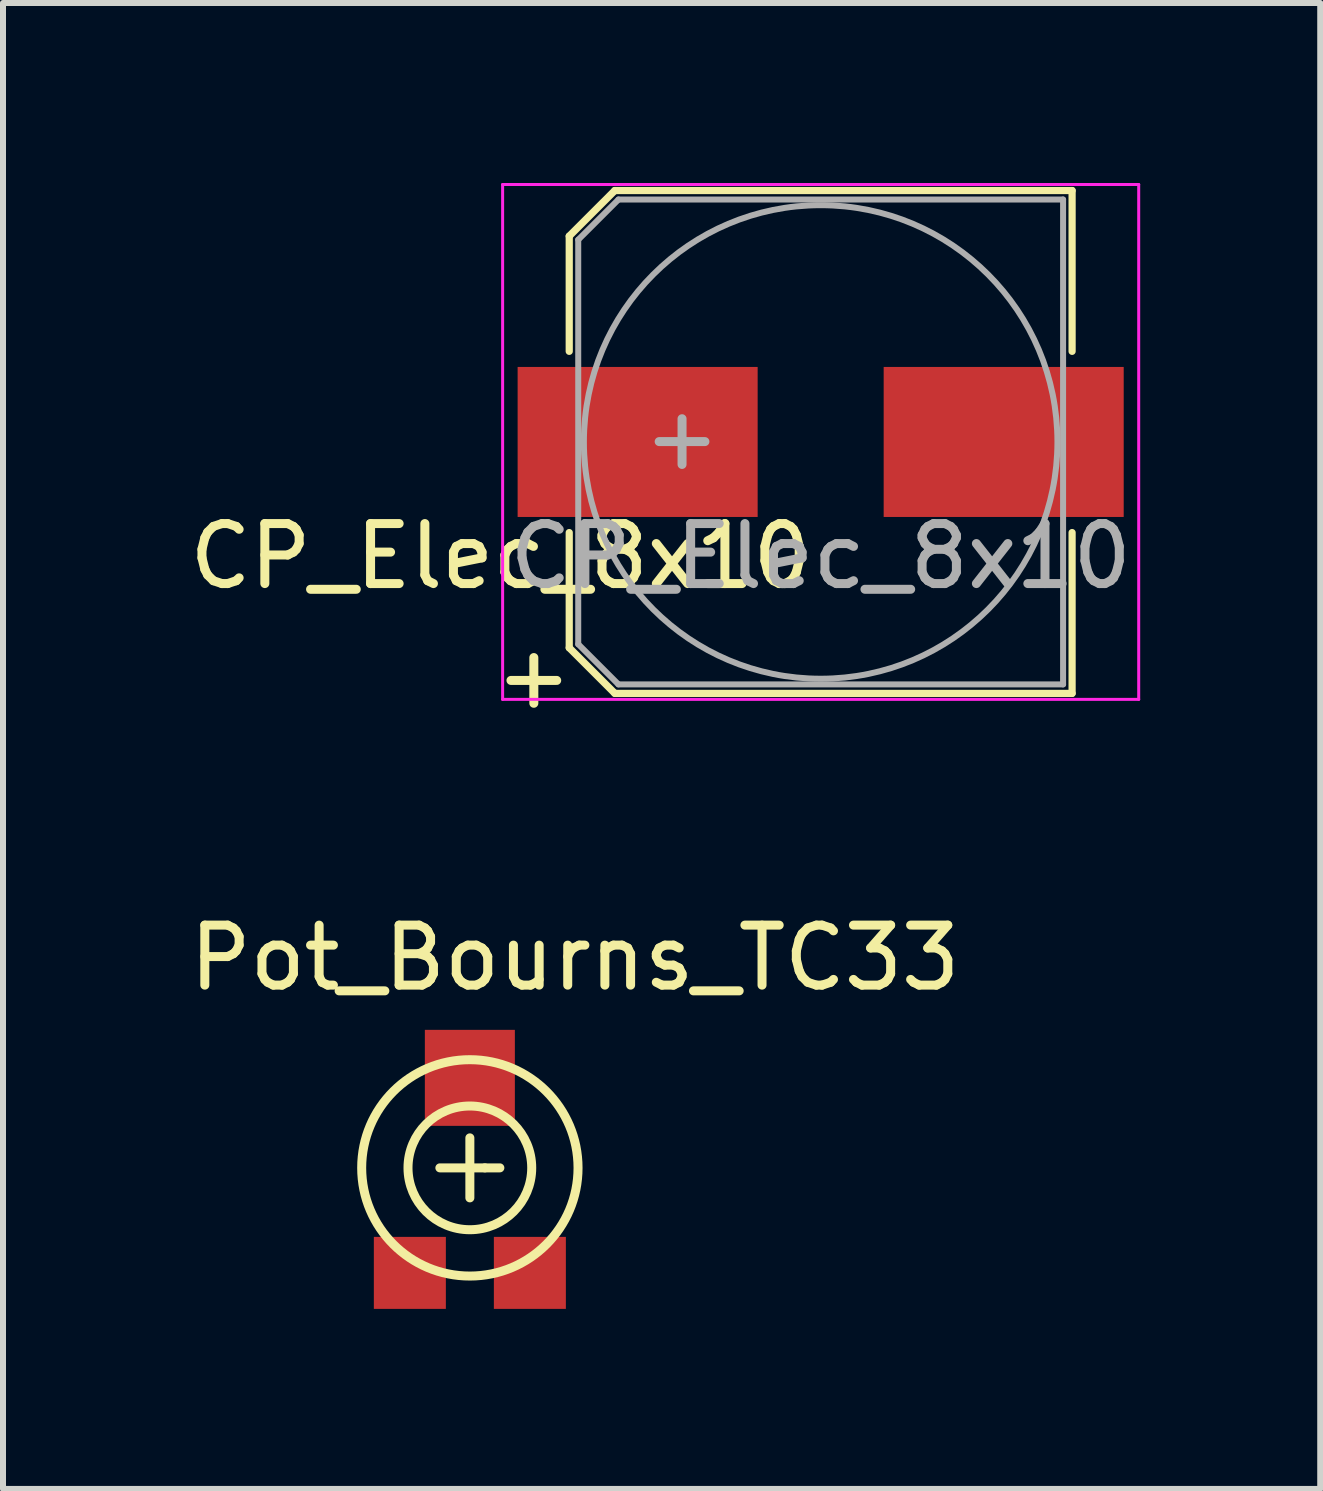
<source format=kicad_pcb>
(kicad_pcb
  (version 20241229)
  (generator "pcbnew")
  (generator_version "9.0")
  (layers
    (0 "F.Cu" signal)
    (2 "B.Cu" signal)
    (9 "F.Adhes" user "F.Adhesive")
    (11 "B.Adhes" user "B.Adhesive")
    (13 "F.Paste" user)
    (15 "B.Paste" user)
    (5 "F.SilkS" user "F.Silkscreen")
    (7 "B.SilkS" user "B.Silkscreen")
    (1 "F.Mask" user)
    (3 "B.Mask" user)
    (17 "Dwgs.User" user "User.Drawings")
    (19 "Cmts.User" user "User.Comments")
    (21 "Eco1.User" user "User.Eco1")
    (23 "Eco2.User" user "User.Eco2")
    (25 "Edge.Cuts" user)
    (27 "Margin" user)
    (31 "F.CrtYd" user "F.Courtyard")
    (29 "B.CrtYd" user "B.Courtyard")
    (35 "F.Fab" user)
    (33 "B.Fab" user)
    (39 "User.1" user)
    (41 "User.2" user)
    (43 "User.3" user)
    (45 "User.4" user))
  (footprint "CP_Elec_8x10"
    (layer "F.Cu")
    (at 10.626 4.315)
    (property "Reference" "CP_Elec_8x10" (at -5.334 1.905 0) (layer "F.SilkS") (effects (font (size 1 1) (thickness 0.15))))
    (attr smd)
    (fp_line (start -4.19 -3.43) (end -4.19 -1.51) (stroke (width 0.12) (type solid)) (layer "F.SilkS"))
    (fp_line (start -4.19 -3.43) (end -3.43 -4.19) (stroke (width 0.12) (type solid)) (layer "F.SilkS"))
    (fp_line (start -4.19 3.43) (end -4.19 1.51) (stroke (width 0.12) (type solid)) (layer "F.SilkS"))
    (fp_line (start -3.43 -4.19) (end 4.19 -4.19) (stroke (width 0.12) (type solid)) (layer "F.SilkS"))
    (fp_line (start -3.43 4.19) (end -4.19 3.43) (stroke (width 0.12) (type solid)) (layer "F.SilkS"))
    (fp_line (start 4.19 -4.19) (end 4.19 -1.51) (stroke (width 0.12) (type solid)) (layer "F.SilkS"))
    (fp_line (start 4.19 4.19) (end -3.43 4.19) (stroke (width 0.12) (type solid)) (layer "F.SilkS"))
    (fp_line (start 4.19 4.19) (end 4.19 1.51) (stroke (width 0.12) (type solid)) (layer "F.SilkS"))
    (fp_line (start -5.3 -4.29) (end -5.3 4.29) (stroke (width 0.05) (type solid)) (layer "F.CrtYd"))
    (fp_line (start -5.3 -4.29) (end 5.3 -4.29) (stroke (width 0.05) (type solid)) (layer "F.CrtYd"))
    (fp_line (start 5.3 4.29) (end -5.3 4.29) (stroke (width 0.05) (type solid)) (layer "F.CrtYd"))
    (fp_line (start 5.3 4.29) (end 5.3 -4.29) (stroke (width 0.05) (type solid)) (layer "F.CrtYd"))
    (fp_line (start -4.04 -3.37) (end -4.04 3.37) (stroke (width 0.1) (type solid)) (layer "F.Fab"))
    (fp_line (start -4.04 3.37) (end -3.37 4.04) (stroke (width 0.1) (type solid)) (layer "F.Fab"))
    (fp_line (start -3.37 -4.04) (end -4.04 -3.37) (stroke (width 0.1) (type solid)) (layer "F.Fab"))
    (fp_line (start -3.37 4.04) (end 4.04 4.04) (stroke (width 0.1) (type solid)) (layer "F.Fab"))
    (fp_line (start 4.04 -4.04) (end -3.37 -4.04) (stroke (width 0.1) (type solid)) (layer "F.Fab"))
    (fp_line (start 4.04 4.04) (end 4.04 -4.04) (stroke (width 0.1) (type solid)) (layer "F.Fab"))
    (fp_circle (center 0 0) (end -0.6 3.9) (stroke (width 0.1) (type solid)) (fill no) (layer "F.Fab"))
    (fp_text user "+" (at -4.78 3.9 0) (layer "F.SilkS") (effects (font (size 1 1) (thickness 0.15))))
    (fp_text user "${REFERENCE}" (at 0 1.905 0) (layer "F.Fab") (effects (font (size 1 1) (thickness 0.15))))
    (fp_text user "+" (at -2.31 -0.08 0) (layer "F.Fab") (effects (font (size 1 1) (thickness 0.15))))
    (pad "1" smd rect (at -3.05 0 180) (size 4 2.5) (layers "F.Cu" "F.Mask" "F.Paste"))
    (pad "2" smd rect (at 3.05 0 180) (size 4 2.5) (layers "F.Cu" "F.Mask" "F.Paste")))
  (footprint "Pot_Bourns_TC33"
    (layer "F.Cu")
    (at 4.78 16.412)
    (property "Reference" "Pot_Bourns_TC33" (at 1.75 -3.5 0) (layer "F.SilkS") (effects (font (size 1 1) (thickness 0.15))))
    (attr smd)
    (fp_line (start -0.5 0) (end 0.25 0) (stroke (width 0.15) (type solid)) (layer "F.SilkS"))
    (fp_line (start 0 -0.5) (end 0 0.5) (stroke (width 0.15) (type solid)) (layer "F.SilkS"))
    (fp_line (start 0.25 0) (end 0.5 0) (stroke (width 0.15) (type solid)) (layer "F.SilkS"))
    (fp_circle (center 0 0) (end -1.5 1) (stroke (width 0.15) (type solid)) (fill no) (layer "F.SilkS"))
    (fp_circle (center 0 0) (end -1 -0.25) (stroke (width 0.15) (type solid)) (fill no) (layer "F.SilkS"))
    (pad "1" smd rect (at -1 1.75) (size 1.2 1.2) (layers "F.Cu" "F.Mask"))
    (pad "2" smd rect (at 0 -1.5) (size 1.5 1.6) (layers "F.Cu" "F.Mask"))
    (pad "3" smd rect (at 1 1.75) (size 1.2 1.2) (layers "F.Cu" "F.Mask")))
  (gr_rect
    (start -3 -3)
    (end 18.951 21.762)
    (stroke (width 0.1) (type default))
    (fill no)
    (layer "Edge.Cuts")))
</source>
